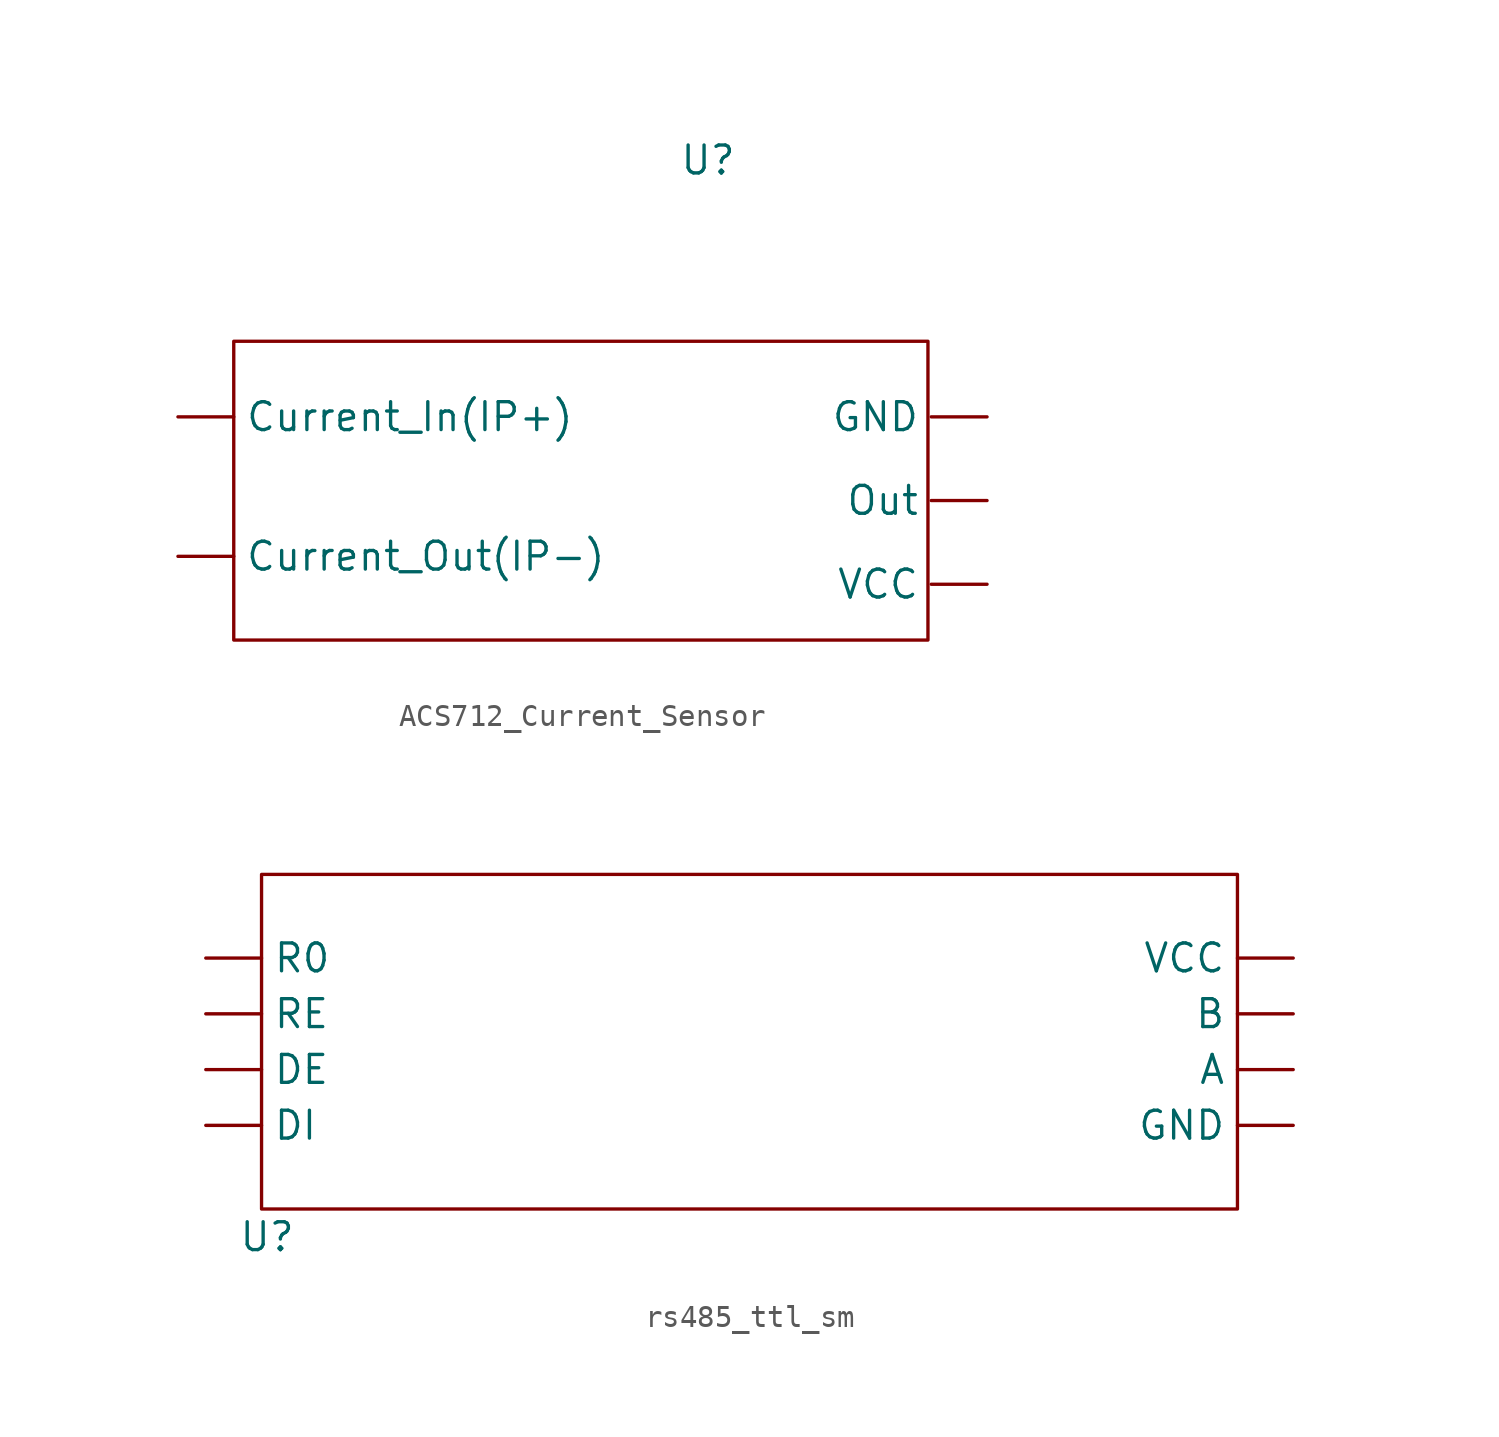
<source format=kicad_sym>
(kicad_symbol_lib
  (version 20231120)
  (generator "kicad_symbol_editor")
  (generator_version "8.0")
  (symbol "ACS712_Current_Sensor"
    (property "Reference" "U"
      (at 21.59 21.844 0)
      (effects (font (size 1.27 1.27))))
    (property "Value" ""
      (at 0 0 0)
      (effects (font (size 1.27 1.27))))
    (symbol "ACS712_Current_Sensor_0_1"
      (rectangle (start 0 13.6) (end 31.6 0) (stroke (width 0) (type default)) (fill (type none))))
    (symbol "ACS712_Current_Sensor_1_1"
      (pin power_in line (at -2.54 10.16 0) (length 2.54) (name "Current_In(IP+)" (effects (font (size 1.27 1.27)))) (number "" (effects (font (size 1.27 1.27)))))
      (pin bidirectional line (at -2.54 3.81 0) (length 2.54) (name "Current_Out(IP-)" (effects (font (size 1.27 1.27)))) (number "" (effects (font (size 1.27 1.27)))))
      (pin power_in line (at 34.29 10.16 180) (length 2.54) (name "GND" (effects (font (size 1.27 1.27)))) (number "" (effects (font (size 1.27 1.27)))))
      (pin bidirectional line (at 34.29 6.35 180) (length 2.54) (name "Out" (effects (font (size 1.27 1.27)))) (number "" (effects (font (size 1.27 1.27)))))
      (pin power_in line (at 34.29 2.54 180) (length 2.54) (name "VCC" (effects (font (size 1.27 1.27)))) (number "" (effects (font (size 1.27 1.27)))))))
  (symbol "rs485_ttl_sm"
    (property "Reference" "U"
      (at 0.254 -1.27 0)
      (effects (font (size 1.27 1.27))))
    (property "Value" ""
      (at 0 0 0)
      (effects (font (size 1.27 1.27))))
    (symbol "rs485_ttl_sm_0_1"
      (rectangle (start 0 15.24) (end 44.45 0) (stroke (width 0) (type default)) (fill (type none))))
    (symbol "rs485_ttl_sm_1_1"
      (pin bidirectional line (at 46.99 6.35 180) (length 2.54) (name "A" (effects (font (size 1.27 1.27)))) (number "" (effects (font (size 1.27 1.27)))))
      (pin bidirectional line (at 46.99 8.89 180) (length 2.54) (name "B" (effects (font (size 1.27 1.27)))) (number "" (effects (font (size 1.27 1.27)))))
      (pin bidirectional line (at -2.54 6.35 0) (length 2.54) (name "DE" (effects (font (size 1.27 1.27)))) (number "" (effects (font (size 1.27 1.27)))))
      (pin bidirectional line (at -2.54 3.81 0) (length 2.54) (name "DI" (effects (font (size 1.27 1.27)))) (number "" (effects (font (size 1.27 1.27)))))
      (pin power_in line (at 46.99 3.81 180) (length 2.54) (name "GND" (effects (font (size 1.27 1.27)))) (number "" (effects (font (size 1.27 1.27)))))
      (pin bidirectional line (at -2.54 11.43 0) (length 2.54) (name "R0" (effects (font (size 1.27 1.27)))) (number "" (effects (font (size 1.27 1.27)))))
      (pin bidirectional line (at -2.54 8.89 0) (length 2.54) (name "RE" (effects (font (size 1.27 1.27)))) (number "" (effects (font (size 1.27 1.27)))))
      (pin power_in line (at 46.99 11.43 180) (length 2.54) (name "VCC" (effects (font (size 1.27 1.27)))) (number "" (effects (font (size 1.27 1.27))))))))
</source>
